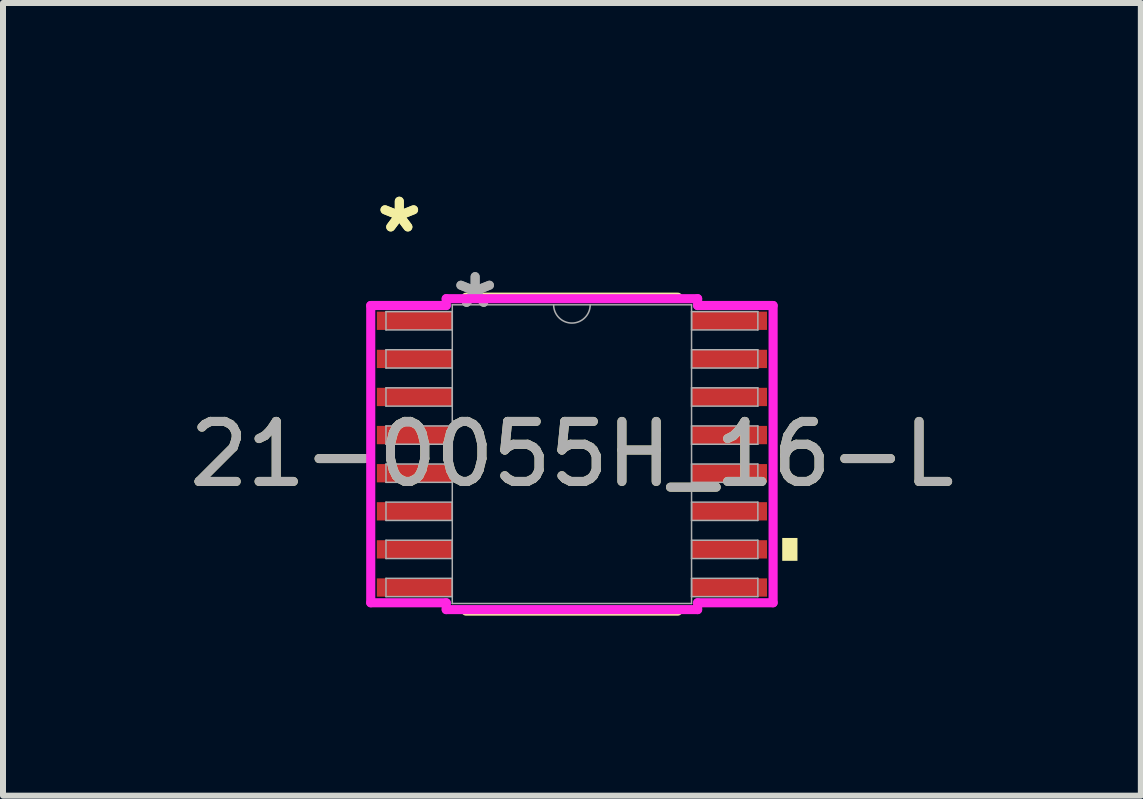
<source format=kicad_pcb>
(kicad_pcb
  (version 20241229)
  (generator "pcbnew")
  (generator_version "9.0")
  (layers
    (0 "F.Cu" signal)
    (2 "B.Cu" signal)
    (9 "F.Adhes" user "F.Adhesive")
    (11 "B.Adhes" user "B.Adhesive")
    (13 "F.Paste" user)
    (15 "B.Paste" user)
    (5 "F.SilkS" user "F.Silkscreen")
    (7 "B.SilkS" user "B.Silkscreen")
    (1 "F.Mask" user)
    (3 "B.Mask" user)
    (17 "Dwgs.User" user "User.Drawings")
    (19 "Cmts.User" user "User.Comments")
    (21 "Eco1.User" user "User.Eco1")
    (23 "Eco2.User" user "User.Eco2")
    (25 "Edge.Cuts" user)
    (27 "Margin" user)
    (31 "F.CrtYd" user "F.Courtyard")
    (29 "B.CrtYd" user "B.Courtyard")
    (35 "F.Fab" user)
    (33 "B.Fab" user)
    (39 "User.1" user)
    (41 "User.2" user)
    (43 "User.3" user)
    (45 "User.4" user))
  (footprint "21-0055H_16-L"
    (layer "F.Cu")
    (at 6.482 4.519)
    (property "Reference" "21-0055H_16-L" (at 0 0 0) (unlocked yes) (layer "F.SilkS") (effects (font (size 1 1) (thickness 0.15))))
    (attr smd)
    (fp_line (start -1.765 2.616) (end 1.765 2.616) (stroke (width 0.152) (type solid)) (layer "F.SilkS"))
    (fp_line (start 1.765 -2.616) (end -1.765 -2.616) (stroke (width 0.152) (type solid)) (layer "F.SilkS"))
    (fp_poly (pts (xy 3.759 1.397) (xy 3.759 1.778) (xy 3.505 1.778) (xy 3.505 1.397)) (stroke (width 0) (type solid)) (fill yes) (layer "F.SilkS"))
    (fp_line (start -3.353 -2.477) (end -2.095 -2.477) (stroke (width 0.152) (type solid)) (layer "F.CrtYd"))
    (fp_line (start -3.353 2.477) (end -3.353 -2.477) (stroke (width 0.152) (type solid)) (layer "F.CrtYd"))
    (fp_line (start -3.353 2.477) (end -2.095 2.477) (stroke (width 0.152) (type solid)) (layer "F.CrtYd"))
    (fp_line (start -2.095 -2.591) (end 2.095 -2.591) (stroke (width 0.152) (type solid)) (layer "F.CrtYd"))
    (fp_line (start -2.095 -2.477) (end -2.095 -2.591) (stroke (width 0.152) (type solid)) (layer "F.CrtYd"))
    (fp_line (start -2.095 2.591) (end -2.095 2.477) (stroke (width 0.152) (type solid)) (layer "F.CrtYd"))
    (fp_line (start 2.095 -2.591) (end 2.095 -2.477) (stroke (width 0.152) (type solid)) (layer "F.CrtYd"))
    (fp_line (start 2.095 2.477) (end 2.095 2.591) (stroke (width 0.152) (type solid)) (layer "F.CrtYd"))
    (fp_line (start 2.095 2.591) (end -2.095 2.591) (stroke (width 0.152) (type solid)) (layer "F.CrtYd"))
    (fp_line (start 3.353 -2.477) (end 2.095 -2.477) (stroke (width 0.152) (type solid)) (layer "F.CrtYd"))
    (fp_line (start 3.353 -2.477) (end 3.353 2.477) (stroke (width 0.152) (type solid)) (layer "F.CrtYd"))
    (fp_line (start 3.353 2.477) (end 2.095 2.477) (stroke (width 0.152) (type solid)) (layer "F.CrtYd"))
    (fp_line (start -3.099 -2.375) (end -3.099 -2.07) (stroke (width 0.025) (type solid)) (layer "F.Fab"))
    (fp_line (start -3.099 -2.07) (end -1.994 -2.07) (stroke (width 0.025) (type solid)) (layer "F.Fab"))
    (fp_line (start -3.099 -1.74) (end -3.099 -1.435) (stroke (width 0.025) (type solid)) (layer "F.Fab"))
    (fp_line (start -3.099 -1.435) (end -1.994 -1.435) (stroke (width 0.025) (type solid)) (layer "F.Fab"))
    (fp_line (start -3.099 -1.105) (end -3.099 -0.8) (stroke (width 0.025) (type solid)) (layer "F.Fab"))
    (fp_line (start -3.099 -0.8) (end -1.994 -0.8) (stroke (width 0.025) (type solid)) (layer "F.Fab"))
    (fp_line (start -3.099 -0.47) (end -3.099 -0.165) (stroke (width 0.025) (type solid)) (layer "F.Fab"))
    (fp_line (start -3.099 -0.165) (end -1.994 -0.165) (stroke (width 0.025) (type solid)) (layer "F.Fab"))
    (fp_line (start -3.099 0.165) (end -3.099 0.47) (stroke (width 0.025) (type solid)) (layer "F.Fab"))
    (fp_line (start -3.099 0.47) (end -1.994 0.47) (stroke (width 0.025) (type solid)) (layer "F.Fab"))
    (fp_line (start -3.099 0.8) (end -3.099 1.105) (stroke (width 0.025) (type solid)) (layer "F.Fab"))
    (fp_line (start -3.099 1.105) (end -1.994 1.105) (stroke (width 0.025) (type solid)) (layer "F.Fab"))
    (fp_line (start -3.099 1.435) (end -3.099 1.74) (stroke (width 0.025) (type solid)) (layer "F.Fab"))
    (fp_line (start -3.099 1.74) (end -1.994 1.74) (stroke (width 0.025) (type solid)) (layer "F.Fab"))
    (fp_line (start -3.099 2.07) (end -3.099 2.375) (stroke (width 0.025) (type solid)) (layer "F.Fab"))
    (fp_line (start -3.099 2.375) (end -1.994 2.375) (stroke (width 0.025) (type solid)) (layer "F.Fab"))
    (fp_line (start -1.994 -2.489) (end -1.994 2.489) (stroke (width 0.025) (type solid)) (layer "F.Fab"))
    (fp_line (start -1.994 -2.375) (end -3.099 -2.375) (stroke (width 0.025) (type solid)) (layer "F.Fab"))
    (fp_line (start -1.994 -2.07) (end -1.994 -2.375) (stroke (width 0.025) (type solid)) (layer "F.Fab"))
    (fp_line (start -1.994 -1.74) (end -3.099 -1.74) (stroke (width 0.025) (type solid)) (layer "F.Fab"))
    (fp_line (start -1.994 -1.435) (end -1.994 -1.74) (stroke (width 0.025) (type solid)) (layer "F.Fab"))
    (fp_line (start -1.994 -1.105) (end -3.099 -1.105) (stroke (width 0.025) (type solid)) (layer "F.Fab"))
    (fp_line (start -1.994 -0.8) (end -1.994 -1.105) (stroke (width 0.025) (type solid)) (layer "F.Fab"))
    (fp_line (start -1.994 -0.47) (end -3.099 -0.47) (stroke (width 0.025) (type solid)) (layer "F.Fab"))
    (fp_line (start -1.994 -0.165) (end -1.994 -0.47) (stroke (width 0.025) (type solid)) (layer "F.Fab"))
    (fp_line (start -1.994 0.165) (end -3.099 0.165) (stroke (width 0.025) (type solid)) (layer "F.Fab"))
    (fp_line (start -1.994 0.47) (end -1.994 0.165) (stroke (width 0.025) (type solid)) (layer "F.Fab"))
    (fp_line (start -1.994 0.8) (end -3.099 0.8) (stroke (width 0.025) (type solid)) (layer "F.Fab"))
    (fp_line (start -1.994 1.105) (end -1.994 0.8) (stroke (width 0.025) (type solid)) (layer "F.Fab"))
    (fp_line (start -1.994 1.435) (end -3.099 1.435) (stroke (width 0.025) (type solid)) (layer "F.Fab"))
    (fp_line (start -1.994 1.74) (end -1.994 1.435) (stroke (width 0.025) (type solid)) (layer "F.Fab"))
    (fp_line (start -1.994 2.07) (end -3.099 2.07) (stroke (width 0.025) (type solid)) (layer "F.Fab"))
    (fp_line (start -1.994 2.375) (end -1.994 2.07) (stroke (width 0.025) (type solid)) (layer "F.Fab"))
    (fp_line (start -1.994 2.489) (end 1.994 2.489) (stroke (width 0.025) (type solid)) (layer "F.Fab"))
    (fp_line (start 1.994 -2.489) (end -1.994 -2.489) (stroke (width 0.025) (type solid)) (layer "F.Fab"))
    (fp_line (start 1.994 -2.375) (end 1.994 -2.07) (stroke (width 0.025) (type solid)) (layer "F.Fab"))
    (fp_line (start 1.994 -2.07) (end 3.099 -2.07) (stroke (width 0.025) (type solid)) (layer "F.Fab"))
    (fp_line (start 1.994 -1.74) (end 1.994 -1.435) (stroke (width 0.025) (type solid)) (layer "F.Fab"))
    (fp_line (start 1.994 -1.435) (end 3.099 -1.435) (stroke (width 0.025) (type solid)) (layer "F.Fab"))
    (fp_line (start 1.994 -1.105) (end 1.994 -0.8) (stroke (width 0.025) (type solid)) (layer "F.Fab"))
    (fp_line (start 1.994 -0.8) (end 3.099 -0.8) (stroke (width 0.025) (type solid)) (layer "F.Fab"))
    (fp_line (start 1.994 -0.47) (end 1.994 -0.165) (stroke (width 0.025) (type solid)) (layer "F.Fab"))
    (fp_line (start 1.994 -0.165) (end 3.099 -0.165) (stroke (width 0.025) (type solid)) (layer "F.Fab"))
    (fp_line (start 1.994 0.165) (end 1.994 0.47) (stroke (width 0.025) (type solid)) (layer "F.Fab"))
    (fp_line (start 1.994 0.47) (end 3.099 0.47) (stroke (width 0.025) (type solid)) (layer "F.Fab"))
    (fp_line (start 1.994 0.8) (end 1.994 1.105) (stroke (width 0.025) (type solid)) (layer "F.Fab"))
    (fp_line (start 1.994 1.105) (end 3.099 1.105) (stroke (width 0.025) (type solid)) (layer "F.Fab"))
    (fp_line (start 1.994 1.435) (end 1.994 1.74) (stroke (width 0.025) (type solid)) (layer "F.Fab"))
    (fp_line (start 1.994 1.74) (end 3.099 1.74) (stroke (width 0.025) (type solid)) (layer "F.Fab"))
    (fp_line (start 1.994 2.07) (end 1.994 2.375) (stroke (width 0.025) (type solid)) (layer "F.Fab"))
    (fp_line (start 1.994 2.375) (end 3.099 2.375) (stroke (width 0.025) (type solid)) (layer "F.Fab"))
    (fp_line (start 1.994 2.489) (end 1.994 -2.489) (stroke (width 0.025) (type solid)) (layer "F.Fab"))
    (fp_line (start 3.099 -2.375) (end 1.994 -2.375) (stroke (width 0.025) (type solid)) (layer "F.Fab"))
    (fp_line (start 3.099 -2.07) (end 3.099 -2.375) (stroke (width 0.025) (type solid)) (layer "F.Fab"))
    (fp_line (start 3.099 -1.74) (end 1.994 -1.74) (stroke (width 0.025) (type solid)) (layer "F.Fab"))
    (fp_line (start 3.099 -1.435) (end 3.099 -1.74) (stroke (width 0.025) (type solid)) (layer "F.Fab"))
    (fp_line (start 3.099 -1.105) (end 1.994 -1.105) (stroke (width 0.025) (type solid)) (layer "F.Fab"))
    (fp_line (start 3.099 -0.8) (end 3.099 -1.105) (stroke (width 0.025) (type solid)) (layer "F.Fab"))
    (fp_line (start 3.099 -0.47) (end 1.994 -0.47) (stroke (width 0.025) (type solid)) (layer "F.Fab"))
    (fp_line (start 3.099 -0.165) (end 3.099 -0.47) (stroke (width 0.025) (type solid)) (layer "F.Fab"))
    (fp_line (start 3.099 0.165) (end 1.994 0.165) (stroke (width 0.025) (type solid)) (layer "F.Fab"))
    (fp_line (start 3.099 0.47) (end 3.099 0.165) (stroke (width 0.025) (type solid)) (layer "F.Fab"))
    (fp_line (start 3.099 0.8) (end 1.994 0.8) (stroke (width 0.025) (type solid)) (layer "F.Fab"))
    (fp_line (start 3.099 1.105) (end 3.099 0.8) (stroke (width 0.025) (type solid)) (layer "F.Fab"))
    (fp_line (start 3.099 1.435) (end 1.994 1.435) (stroke (width 0.025) (type solid)) (layer "F.Fab"))
    (fp_line (start 3.099 1.74) (end 3.099 1.435) (stroke (width 0.025) (type solid)) (layer "F.Fab"))
    (fp_line (start 3.099 2.07) (end 1.994 2.07) (stroke (width 0.025) (type solid)) (layer "F.Fab"))
    (fp_line (start 3.099 2.375) (end 3.099 2.07) (stroke (width 0.025) (type solid)) (layer "F.Fab"))
    (fp_arc (start 0.3048 -2.4892) (mid 0 -2.1844) (end -0.3048 -2.4892) (stroke (width 0.0254) (type solid)) (layer "F.Fab"))
    (fp_text user "*" (at -2.877 -3.67 0) (unlocked yes) (layer "F.SilkS") (effects (font (size 1 1) (thickness 0.15))))
    (fp_text user "*" (at -2.877 -3.67 0) (layer "F.SilkS") (effects (font (size 1 1) (thickness 0.15))))
    (fp_text user "${REFERENCE}" (at 0 0 0) (unlocked yes) (layer "F.Fab") (effects (font (size 1 1) (thickness 0.15))))
    (fp_text user "*" (at -1.613 -2.413 0) (unlocked yes) (layer "F.Fab") (effects (font (size 1 1) (thickness 0.15))))
    (fp_text user "*" (at -1.613 -2.413 0) (layer "F.Fab") (effects (font (size 1 1) (thickness 0.15))))
    (pad "1" smd rect (at -2.623 -2.223) (size 1.257 0.305) (layers "F.Cu" "F.Mask" "F.Paste"))
    (pad "2" smd rect (at -2.623 -1.587) (size 1.257 0.305) (layers "F.Cu" "F.Mask" "F.Paste"))
    (pad "3" smd rect (at -2.623 -0.953) (size 1.257 0.305) (layers "F.Cu" "F.Mask" "F.Paste"))
    (pad "4" smd rect (at -2.623 -0.318) (size 1.257 0.305) (layers "F.Cu" "F.Mask" "F.Paste"))
    (pad "5" smd rect (at -2.623 0.318) (size 1.257 0.305) (layers "F.Cu" "F.Mask" "F.Paste"))
    (pad "6" smd rect (at -2.623 0.953) (size 1.257 0.305) (layers "F.Cu" "F.Mask" "F.Paste"))
    (pad "7" smd rect (at -2.623 1.587) (size 1.257 0.305) (layers "F.Cu" "F.Mask" "F.Paste"))
    (pad "8" smd rect (at -2.623 2.223) (size 1.257 0.305) (layers "F.Cu" "F.Mask" "F.Paste"))
    (pad "9" smd rect (at 2.623 2.223) (size 1.257 0.305) (layers "F.Cu" "F.Mask" "F.Paste"))
    (pad "10" smd rect (at 2.623 1.587) (size 1.257 0.305) (layers "F.Cu" "F.Mask" "F.Paste"))
    (pad "11" smd rect (at 2.623 0.953) (size 1.257 0.305) (layers "F.Cu" "F.Mask" "F.Paste"))
    (pad "12" smd rect (at 2.623 0.318) (size 1.257 0.305) (layers "F.Cu" "F.Mask" "F.Paste"))
    (pad "13" smd rect (at 2.623 -0.318) (size 1.257 0.305) (layers "F.Cu" "F.Mask" "F.Paste"))
    (pad "14" smd rect (at 2.623 -0.953) (size 1.257 0.305) (layers "F.Cu" "F.Mask" "F.Paste"))
    (pad "15" smd rect (at 2.623 -1.587) (size 1.257 0.305) (layers "F.Cu" "F.Mask" "F.Paste"))
    (pad "16" smd rect (at 2.623 -2.223) (size 1.257 0.305) (layers "F.Cu" "F.Mask" "F.Paste")))
  (gr_rect
    (start -3 -3)
    (end 15.964 10.211)
    (stroke (width 0.1) (type default))
    (fill no)
    (layer "Edge.Cuts")))
</source>
